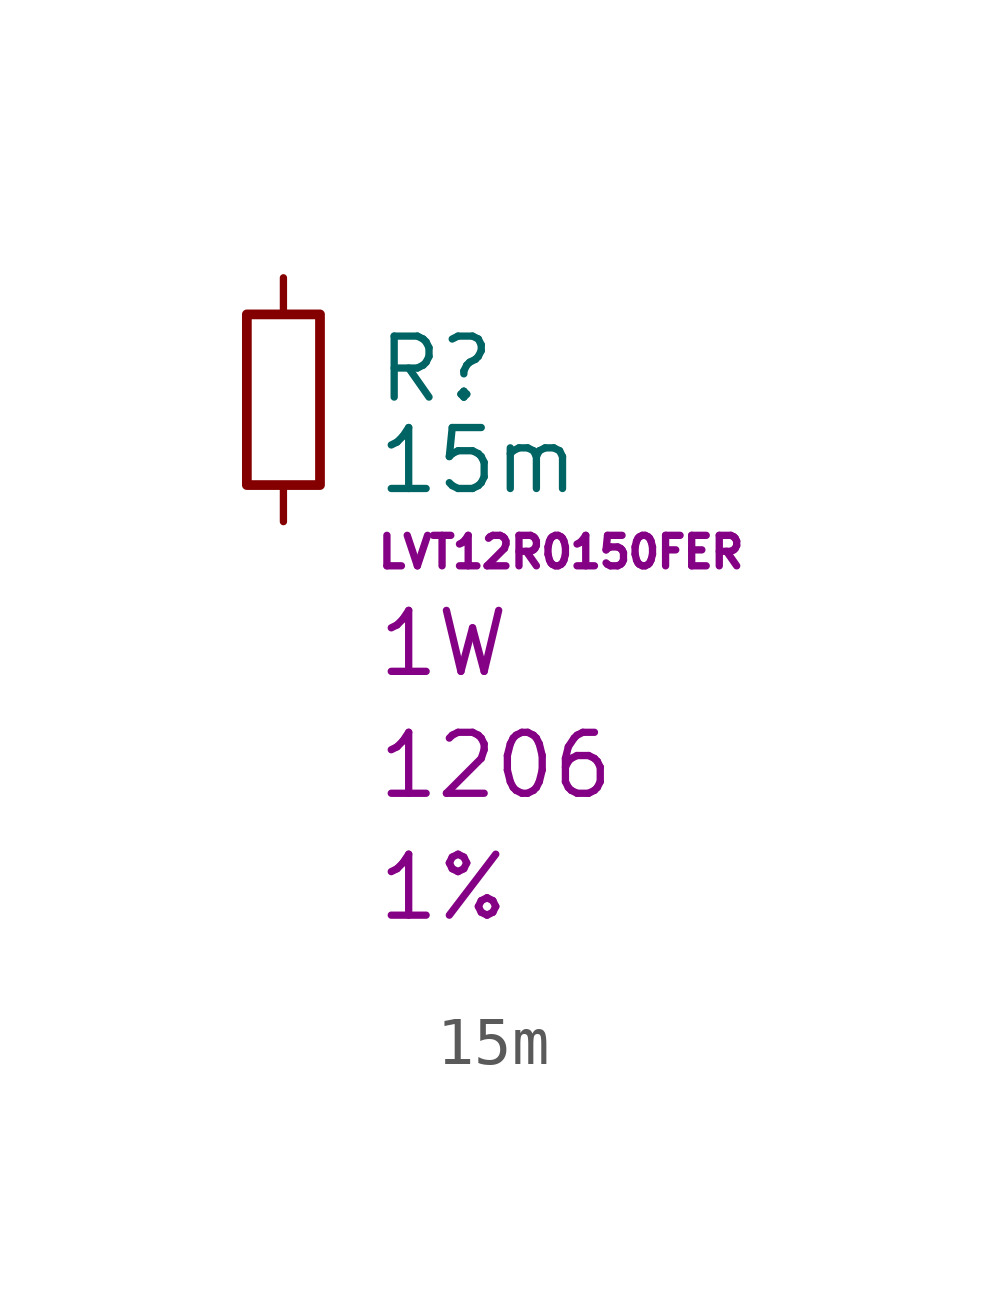
<source format=kicad_sym>
(kicad_symbol_lib
  (version 20210619)
  (generator kicad_symbol_editor)
  (symbol "ulib_Resistor_SMD_1.0W:15m"
    (pin_numbers hide)
    (pin_names hide)
    (property "Reference" "R"
      (at 1.905 -1.905 0)
      (effects (font (size 1.27 1.27)) (justify left)))
    (property "Value" "15m"
      (at 1.905 -3.81 0)
      (effects (font (size 1.27 1.27)) (justify left)))
    (property "Mfr PN" "LVT12R0150FER"
      (at 1.905 -5.715 0)
      (effects (font (size 0.635 0.635)) (justify left)))
    (property "Power" "1W"
      (at 1.905 -7.62 0)
      (effects (font (size 1.27 1.27)) (justify left)))
    (property "Package" "1206"
      (at 1.905 -10.16 0)
      (effects (font (size 1.27 1.27)) (justify left)))
    (property "Tolerance" "1%"
      (at 1.905 -12.7 0)
      (effects (font (size 1.27 1.27)) (justify left)))
    (symbol "15m_0_1"
      (rectangle (start -0.762 -0.762) (end 0.762 -4.318) (stroke (width 0.203)) (fill (type none))))
    (symbol "15m_1_1"
      (pin passive line (at 0 0 270) (length 0.762) (name "~" (effects (font (size 1.27 1.27)))) (number "1" (effects (font (size 1.27 1.27)))))
      (pin passive line (at 0 -5.08 90) (length 0.762) (name "~" (effects (font (size 1.27 1.27)))) (number "2" (effects (font (size 1.27 1.27))))))))
</source>
